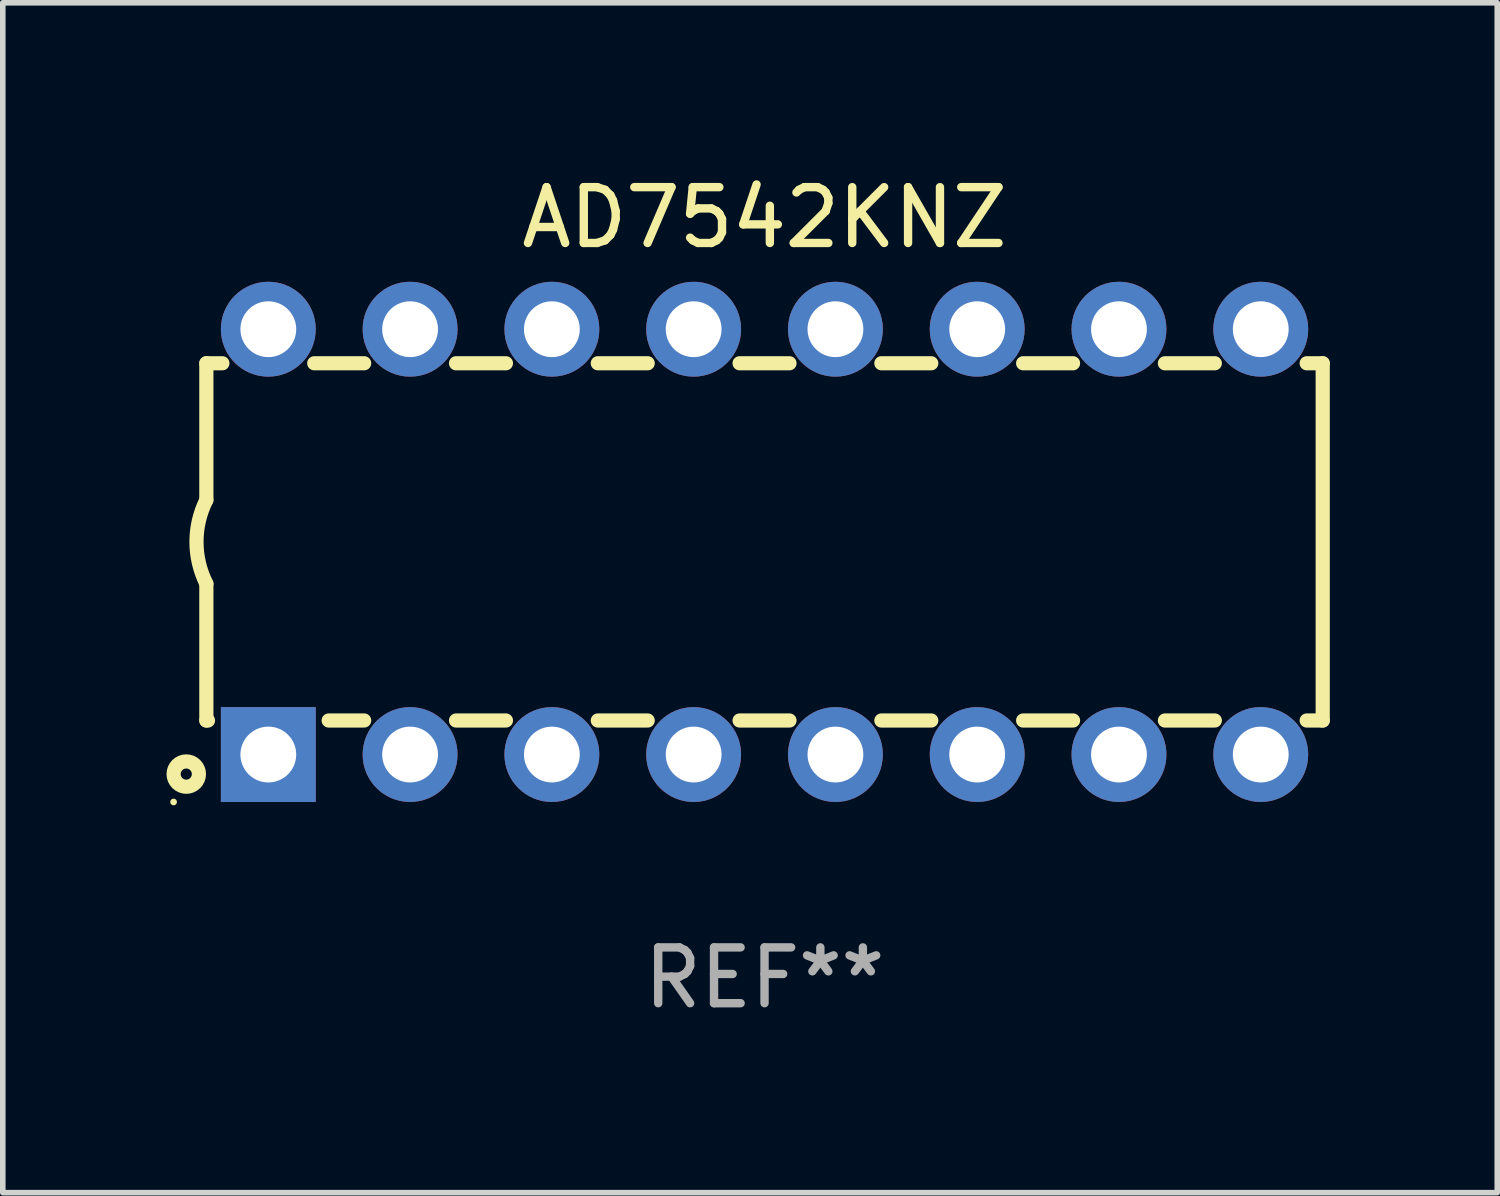
<source format=kicad_pcb>
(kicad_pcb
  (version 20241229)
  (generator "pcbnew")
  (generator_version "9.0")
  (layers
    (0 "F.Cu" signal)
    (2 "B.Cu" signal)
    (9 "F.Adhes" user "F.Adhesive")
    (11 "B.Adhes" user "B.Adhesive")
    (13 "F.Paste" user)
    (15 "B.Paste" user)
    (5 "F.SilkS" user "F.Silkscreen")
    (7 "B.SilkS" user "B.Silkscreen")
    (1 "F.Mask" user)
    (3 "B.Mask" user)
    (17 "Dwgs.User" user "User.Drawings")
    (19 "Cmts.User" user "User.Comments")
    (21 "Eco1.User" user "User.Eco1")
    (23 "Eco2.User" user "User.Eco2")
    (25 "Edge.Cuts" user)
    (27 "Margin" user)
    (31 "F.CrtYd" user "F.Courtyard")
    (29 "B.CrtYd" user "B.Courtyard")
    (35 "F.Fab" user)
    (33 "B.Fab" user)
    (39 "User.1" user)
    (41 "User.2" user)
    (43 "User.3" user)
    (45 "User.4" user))
  (footprint "AD7542KNZ"
    (layer "F.Cu")
    (at 10.647 6.658)
    (property "Reference" "AD7542KNZ" (at 0 -5.81 0) (layer "F.SilkS") (effects (font (size 1 1) (thickness 0.15))))
    (attr through_hole)
    (fp_line (start -10 -3.2) (end -10 -0.75) (stroke (width 0.254) (type solid)) (layer "F.SilkS"))
    (fp_line (start -10 -3.2) (end -9.713 -3.2) (stroke (width 0.254) (type solid)) (layer "F.SilkS"))
    (fp_line (start -10 3.2) (end -10 0.75) (stroke (width 0.254) (type solid)) (layer "F.SilkS"))
    (fp_line (start -10 3.2) (end -9.971 3.2) (stroke (width 0.254) (type solid)) (layer "F.SilkS"))
    (fp_line (start -8.067 -3.2) (end -7.173 -3.2) (stroke (width 0.254) (type solid)) (layer "F.SilkS"))
    (fp_line (start -7.809 3.2) (end -7.173 3.2) (stroke (width 0.254) (type solid)) (layer "F.SilkS"))
    (fp_line (start -5.527 3.2) (end -4.633 3.2) (stroke (width 0.254) (type solid)) (layer "F.SilkS"))
    (fp_line (start -5.527 -3.2) (end -4.633 -3.2) (stroke (width 0.254) (type solid)) (layer "F.SilkS"))
    (fp_line (start -2.987 3.2) (end -2.093 3.2) (stroke (width 0.254) (type solid)) (layer "F.SilkS"))
    (fp_line (start -2.987 -3.2) (end -2.093 -3.2) (stroke (width 0.254) (type solid)) (layer "F.SilkS"))
    (fp_line (start -0.447 3.2) (end 0.447 3.2) (stroke (width 0.254) (type solid)) (layer "F.SilkS"))
    (fp_line (start -0.447 -3.2) (end 0.447 -3.2) (stroke (width 0.254) (type solid)) (layer "F.SilkS"))
    (fp_line (start 2.093 3.2) (end 2.987 3.2) (stroke (width 0.254) (type solid)) (layer "F.SilkS"))
    (fp_line (start 2.093 -3.2) (end 2.987 -3.2) (stroke (width 0.254) (type solid)) (layer "F.SilkS"))
    (fp_line (start 4.633 3.2) (end 5.527 3.2) (stroke (width 0.254) (type solid)) (layer "F.SilkS"))
    (fp_line (start 4.633 -3.2) (end 5.527 -3.2) (stroke (width 0.254) (type solid)) (layer "F.SilkS"))
    (fp_line (start 7.173 3.2) (end 8.067 3.2) (stroke (width 0.254) (type solid)) (layer "F.SilkS"))
    (fp_line (start 7.173 -3.2) (end 8.067 -3.2) (stroke (width 0.254) (type solid)) (layer "F.SilkS"))
    (fp_line (start 9.713 3.2) (end 10 3.2) (stroke (width 0.254) (type solid)) (layer "F.SilkS"))
    (fp_line (start 9.713 -3.2) (end 10 -3.2) (stroke (width 0.254) (type solid)) (layer "F.SilkS"))
    (fp_line (start 10 -3.2) (end 10 3.2) (stroke (width 0.254) (type solid)) (layer "F.SilkS"))
    (fp_arc (start -10 0.748793) (mid -10.176918 -0.000607) (end -10.000025 -0.750013) (stroke (width 0.254001) (type solid)) (layer "F.SilkS"))
    (fp_circle (center -10.587 4.66) (end -10.557 4.66) (stroke (width 0.06) (type solid)) (fill no) (layer "F.SilkS"))
    (fp_circle (center -10.36 4.16) (end -10.26 4.16) (stroke (width 0.254) (type solid)) (fill no) (layer "F.SilkS"))
    (fp_text user "REF**" (at 0 7.81 0) (layer "F.Fab") (effects (font (size 1 1) (thickness 0.15))))
    (pad "1" thru_hole rect (at -8.89 3.81 90) (size 1.7 1.7) (drill 1) (layers "*.Cu" "*.Mask"))
    (pad "2" thru_hole circle (at -6.35 3.81) (size 1.7 1.7) (drill 1) (layers "*.Cu" "*.Mask"))
    (pad "3" thru_hole circle (at -3.81 3.81) (size 1.7 1.7) (drill 1) (layers "*.Cu" "*.Mask"))
    (pad "4" thru_hole circle (at -1.27 3.81) (size 1.7 1.7) (drill 1) (layers "*.Cu" "*.Mask"))
    (pad "5" thru_hole circle (at 1.27 3.81) (size 1.7 1.7) (drill 1) (layers "*.Cu" "*.Mask"))
    (pad "6" thru_hole circle (at 3.81 3.81) (size 1.7 1.7) (drill 1) (layers "*.Cu" "*.Mask"))
    (pad "7" thru_hole circle (at 6.35 3.81) (size 1.7 1.7) (drill 1) (layers "*.Cu" "*.Mask"))
    (pad "8" thru_hole circle (at 8.89 3.81) (size 1.7 1.7) (drill 1) (layers "*.Cu" "*.Mask"))
    (pad "9" thru_hole circle (at 8.89 -3.81) (size 1.7 1.7) (drill 1) (layers "*.Cu" "*.Mask"))
    (pad "10" thru_hole circle (at 6.35 -3.81) (size 1.7 1.7) (drill 1) (layers "*.Cu" "*.Mask"))
    (pad "11" thru_hole circle (at 3.81 -3.81) (size 1.7 1.7) (drill 1) (layers "*.Cu" "*.Mask"))
    (pad "12" thru_hole circle (at 1.27 -3.81) (size 1.7 1.7) (drill 1) (layers "*.Cu" "*.Mask"))
    (pad "13" thru_hole circle (at -1.27 -3.81) (size 1.7 1.7) (drill 1) (layers "*.Cu" "*.Mask"))
    (pad "14" thru_hole circle (at -3.81 -3.81) (size 1.7 1.7) (drill 1) (layers "*.Cu" "*.Mask"))
    (pad "15" thru_hole circle (at -6.35 -3.81) (size 1.7 1.7) (drill 1) (layers "*.Cu" "*.Mask"))
    (pad "16" thru_hole circle (at -8.89 -3.81) (size 1.7 1.7) (drill 1) (layers "*.Cu" "*.Mask")))
  (gr_rect
    (start -3 -3)
    (end 23.774 18.317)
    (stroke (width 0.1) (type default))
    (fill no)
    (layer "Edge.Cuts")))
</source>
